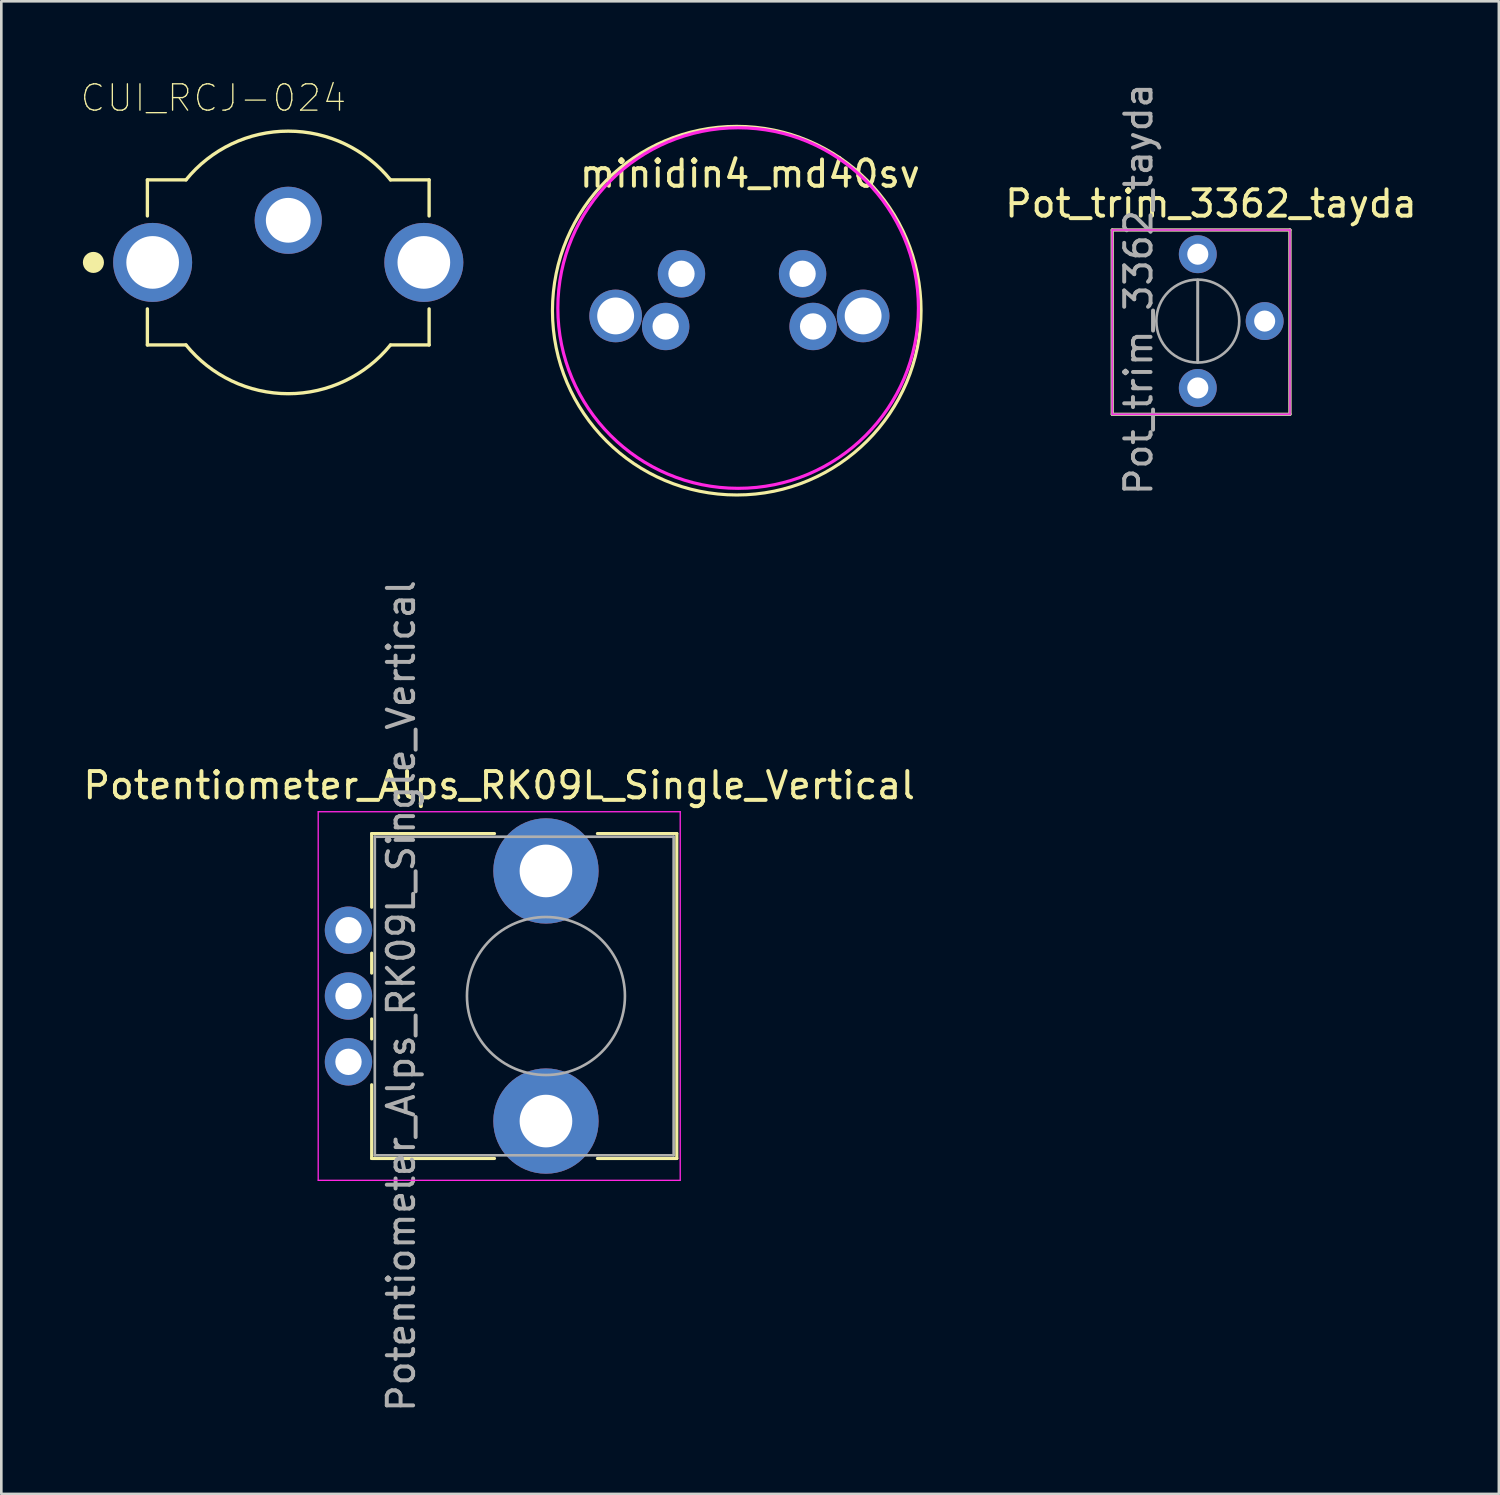
<source format=kicad_pcb>
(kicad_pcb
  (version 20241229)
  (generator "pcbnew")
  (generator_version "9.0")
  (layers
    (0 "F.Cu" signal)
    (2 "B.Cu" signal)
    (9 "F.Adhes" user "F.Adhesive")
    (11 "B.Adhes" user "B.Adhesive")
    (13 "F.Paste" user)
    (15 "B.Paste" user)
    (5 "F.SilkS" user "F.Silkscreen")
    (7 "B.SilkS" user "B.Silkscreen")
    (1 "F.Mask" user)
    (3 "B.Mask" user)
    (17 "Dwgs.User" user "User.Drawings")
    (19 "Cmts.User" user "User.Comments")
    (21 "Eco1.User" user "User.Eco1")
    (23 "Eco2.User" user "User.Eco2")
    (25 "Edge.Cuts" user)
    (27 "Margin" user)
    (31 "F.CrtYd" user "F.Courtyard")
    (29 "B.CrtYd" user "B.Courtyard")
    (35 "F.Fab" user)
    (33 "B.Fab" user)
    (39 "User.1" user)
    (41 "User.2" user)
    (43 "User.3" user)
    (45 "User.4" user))
  (footprint "minidin4_md40sv"
    (layer "F.Cu")
    (at 26.033 0.25)
    (property "Reference" "minidin4_md40sv" (at -0.6 3.3 0) (layer "F.SilkS") (effects (font (size 1 1) (thickness 0.15))))
    (attr through_hole)
    (fp_circle (center -1.1 8.5) (end 5.9 8.5) (stroke (width 0.12) (type solid)) (fill no) (layer "F.SilkS"))
    (fp_circle (center -1.048 8.4) (end 4.952 5.1) (stroke (width 0.12) (type solid)) (fill no) (layer "F.CrtYd"))
    (pad "1" thru_hole circle (at -3.8 9.1) (size 1.8 1.8) (drill 1) (layers "*.Cu" "*.Mask"))
    (pad "2" thru_hole circle (at 1.8 9.1) (size 1.8 1.8) (drill 1) (layers "*.Cu" "*.Mask"))
    (pad "3" thru_hole circle (at -3.2 7.1) (size 1.8 1.8) (drill 1) (layers "*.Cu" "*.Mask"))
    (pad "4" thru_hole circle (at 1.4 7.1) (size 1.8 1.8) (drill 1) (layers "*.Cu" "*.Mask"))
    (pad "nc" thru_hole circle (at -5.7 8.7) (size 2 2) (drill 1.4) (layers "*.Cu" "*.Mask"))
    (pad "nc" thru_hole circle (at 3.7 8.7) (size 2 2) (drill 1.4) (layers "*.Cu" "*.Mask")))
  (footprint "Potentiometer_Alps_RK09L_Single_Vertical"
    (layer "F.Cu")
    (at 10.186 37.28)
    (property "Reference" "Potentiometer_Alps_RK09L_Single_Vertical" (at 5.725 -10.5 0) (layer "F.SilkS") (effects (font (size 1 1) (thickness 0.15))))
    (attr through_hole)
    (fp_line (start 0.88 -8.67) (end 0.88 -5.871) (stroke (width 0.12) (type solid)) (layer "F.SilkS"))
    (fp_line (start 0.88 -8.67) (end 5.546 -8.67) (stroke (width 0.12) (type solid)) (layer "F.SilkS"))
    (fp_line (start 0.88 -4.129) (end 0.88 -3.37) (stroke (width 0.12) (type solid)) (layer "F.SilkS"))
    (fp_line (start 0.88 -1.629) (end 0.88 -0.87) (stroke (width 0.12) (type solid)) (layer "F.SilkS"))
    (fp_line (start 0.88 0.87) (end 0.88 3.67) (stroke (width 0.12) (type solid)) (layer "F.SilkS"))
    (fp_line (start 0.88 3.67) (end 5.546 3.67) (stroke (width 0.12) (type solid)) (layer "F.SilkS"))
    (fp_line (start 9.455 -8.67) (end 12.47 -8.67) (stroke (width 0.12) (type solid)) (layer "F.SilkS"))
    (fp_line (start 9.455 3.67) (end 12.47 3.67) (stroke (width 0.12) (type solid)) (layer "F.SilkS"))
    (fp_line (start 12.47 -8.67) (end 12.47 3.67) (stroke (width 0.12) (type solid)) (layer "F.SilkS"))
    (fp_line (start -1.15 -9.5) (end -1.15 4.5) (stroke (width 0.05) (type solid)) (layer "F.CrtYd"))
    (fp_line (start -1.15 4.5) (end 12.6 4.5) (stroke (width 0.05) (type solid)) (layer "F.CrtYd"))
    (fp_line (start 12.6 -9.5) (end -1.15 -9.5) (stroke (width 0.05) (type solid)) (layer "F.CrtYd"))
    (fp_line (start 12.6 4.5) (end 12.6 -9.5) (stroke (width 0.05) (type solid)) (layer "F.CrtYd"))
    (fp_line (start 1 -8.55) (end 1 3.55) (stroke (width 0.1) (type solid)) (layer "F.Fab"))
    (fp_line (start 1 3.55) (end 12.35 3.55) (stroke (width 0.1) (type solid)) (layer "F.Fab"))
    (fp_line (start 12.35 -8.55) (end 1 -8.55) (stroke (width 0.1) (type solid)) (layer "F.Fab"))
    (fp_line (start 12.35 3.55) (end 12.35 -8.55) (stroke (width 0.1) (type solid)) (layer "F.Fab"))
    (fp_circle (center 7.5 -2.5) (end 10.5 -2.5) (stroke (width 0.1) (type solid)) (fill no) (layer "F.Fab"))
    (fp_text user "${REFERENCE}" (at 2 -2.5 270) (layer "F.Fab") (effects (font (size 1 1) (thickness 0.15))))
    (pad "" np_thru_hole circle (at 7.5 -7.25) (size 4 4) (drill 2) (layers "*.Cu" "*.Mask"))
    (pad "" np_thru_hole circle (at 7.5 2.25) (size 4 4) (drill 2) (layers "*.Cu" "*.Mask"))
    (pad "1" thru_hole circle (at 0 0) (size 1.8 1.8) (drill 1) (layers "*.Cu" "*.Mask"))
    (pad "2" thru_hole circle (at 0 -2.5) (size 1.8 1.8) (drill 1) (layers "*.Cu" "*.Mask"))
    (pad "3" thru_hole circle (at 0 -5) (size 1.8 1.8) (drill 1) (layers "*.Cu" "*.Mask")))
  (footprint "Pot_trim_3362_tayda"
    (layer "F.Cu")
    (at 42.444 11.685)
    (property "Reference" "Pot_trim_3362_tayda" (at 0.5 -7 0) (layer "F.SilkS") (effects (font (size 1 1) (thickness 0.15))))
    (attr through_hole)
    (fp_line (start -3.25 -6) (end -3.25 1) (stroke (width 0.12) (type solid)) (layer "F.SilkS"))
    (fp_line (start -3.25 -6) (end 3.5 -6) (stroke (width 0.12) (type solid)) (layer "F.SilkS"))
    (fp_line (start -3.25 1) (end 3.5 1) (stroke (width 0.12) (type solid)) (layer "F.SilkS"))
    (fp_line (start 3.5 -6) (end 3.5 1) (stroke (width 0.12) (type solid)) (layer "F.SilkS"))
    (fp_line (start -3.25 -6) (end -3.25 1) (stroke (width 0.05) (type solid)) (layer "F.CrtYd"))
    (fp_line (start -3.25 1) (end 3.5 1) (stroke (width 0.05) (type solid)) (layer "F.CrtYd"))
    (fp_line (start 3.5 -6) (end -3.25 -6) (stroke (width 0.05) (type solid)) (layer "F.CrtYd"))
    (fp_line (start 3.5 1) (end 3.5 -6) (stroke (width 0.05) (type solid)) (layer "F.CrtYd"))
    (fp_line (start -3.25 -6) (end -3.25 1) (stroke (width 0.1) (type solid)) (layer "F.Fab"))
    (fp_line (start -3.25 1) (end 3.5 1) (stroke (width 0.1) (type solid)) (layer "F.Fab"))
    (fp_line (start -0.001 -0.98) (end 0 -4.099) (stroke (width 0.1) (type solid)) (layer "F.Fab"))
    (fp_line (start -0.001 -0.98) (end 0 -4.099) (stroke (width 0.1) (type solid)) (layer "F.Fab"))
    (fp_line (start 3.5 -6) (end -3.25 -6) (stroke (width 0.1) (type solid)) (layer "F.Fab"))
    (fp_line (start 3.5 1) (end 3.5 -6) (stroke (width 0.1) (type solid)) (layer "F.Fab"))
    (fp_circle (center 0 -2.54) (end 1.575 -2.54) (stroke (width 0.1) (type solid)) (fill no) (layer "F.Fab"))
    (fp_text user "${REFERENCE}" (at -2.25 -3.75 90) (layer "F.Fab") (effects (font (size 1 1) (thickness 0.15))))
    (pad "1" thru_hole circle (at 0 0) (size 1.44 1.44) (drill 0.8) (layers "*.Cu" "*.Mask"))
    (pad "2" thru_hole circle (at 2.54 -2.54) (size 1.44 1.44) (drill 0.8) (layers "*.Cu" "*.Mask"))
    (pad "3" thru_hole circle (at 0 -5.08) (size 1.44 1.44) (drill 0.8) (layers "*.Cu" "*.Mask")))
  (footprint "CUI_RCJ-024"
    (layer "F.Cu")
    (at 7.898 6.917)
    (property "Reference" "CUI_RCJ-024" (at -2.844 -6.244 0) (layer "F.SilkS") (effects (font (size 1.001 1.001) (thickness 0.05))))
    (attr through_hole)
    (fp_line (start -5.35 -3.135) (end -5.35 -1.765) (stroke (width 0.127) (type solid)) (layer "F.SilkS"))
    (fp_line (start -5.35 1.765) (end -5.35 3.135) (stroke (width 0.127) (type solid)) (layer "F.SilkS"))
    (fp_line (start -3.884 -3.135) (end -5.35 -3.135) (stroke (width 0.127) (type solid)) (layer "F.SilkS"))
    (fp_line (start -3.884 3.135) (end -5.35 3.135) (stroke (width 0.127) (type solid)) (layer "F.SilkS"))
    (fp_line (start 5.35 -3.135) (end 3.884 -3.135) (stroke (width 0.127) (type solid)) (layer "F.SilkS"))
    (fp_line (start 5.35 -3.135) (end 5.35 -1.765) (stroke (width 0.127) (type solid)) (layer "F.SilkS"))
    (fp_line (start 5.35 1.765) (end 5.35 3.135) (stroke (width 0.127) (type solid)) (layer "F.SilkS"))
    (fp_line (start 5.35 3.135) (end 3.884 3.135) (stroke (width 0.127) (type solid)) (layer "F.SilkS"))
    (fp_arc (start -3.882076 -3.137372) (mid 0.001527 -4.986221) (end 3.884 -3.135) (stroke (width 0.127) (type solid)) (layer "F.SilkS"))
    (fp_arc (start 3.882076 3.137372) (mid -0.001527 4.986221) (end -3.884 3.135) (stroke (width 0.127) (type solid)) (layer "F.SilkS"))
    (fp_circle (center -7.4 0) (end -7.2 0) (stroke (width 0.4) (type solid)) (fill no) (layer "F.SilkS"))
    (fp_line (start -6.9 -1.7) (end -6.9 1.75) (stroke (width 0.05) (type solid)) (layer "Eco1.User"))
    (fp_line (start -6.9 1.75) (end -5.6 1.75) (stroke (width 0.05) (type solid)) (layer "Eco1.User"))
    (fp_line (start -5.6 -3.385) (end -5.605 -3.385) (stroke (width 0.05) (type solid)) (layer "Eco1.User"))
    (fp_line (start -5.6 -3.385) (end -5.6 -1.7) (stroke (width 0.05) (type solid)) (layer "Eco1.User"))
    (fp_line (start -5.6 -1.7) (end -6.9 -1.7) (stroke (width 0.05) (type solid)) (layer "Eco1.User"))
    (fp_line (start -5.6 1.75) (end -5.6 3.385) (stroke (width 0.05) (type solid)) (layer "Eco1.User"))
    (fp_line (start -3.903 -3.385) (end -5.6 -3.385) (stroke (width 0.05) (type solid)) (layer "Eco1.User"))
    (fp_line (start -3.901 3.385) (end -5.6 3.385) (stroke (width 0.05) (type solid)) (layer "Eco1.User"))
    (fp_line (start 5.6 -3.385) (end 3.895 -3.385) (stroke (width 0.05) (type solid)) (layer "Eco1.User"))
    (fp_line (start 5.6 -1.75) (end 5.6 -3.385) (stroke (width 0.05) (type solid)) (layer "Eco1.User"))
    (fp_line (start 5.6 -1.75) (end 6.95 -1.75) (stroke (width 0.05) (type solid)) (layer "Eco1.User"))
    (fp_line (start 5.6 3.385) (end 3.904 3.385) (stroke (width 0.05) (type solid)) (layer "Eco1.User"))
    (fp_line (start 5.6 3.385) (end 5.6 1.7) (stroke (width 0.05) (type solid)) (layer "Eco1.User"))
    (fp_line (start 6.95 -1.75) (end 6.95 1.7) (stroke (width 0.05) (type solid)) (layer "Eco1.User"))
    (fp_line (start 6.95 1.7) (end 5.6 1.7) (stroke (width 0.05) (type solid)) (layer "Eco1.User"))
    (fp_arc (start -3.901069 -3.387381) (mid -0.002467 -5.24337) (end 3.895 -3.385) (stroke (width 0.05) (type solid)) (layer "Eco1.User"))
    (fp_arc (start 3.895069 3.387381) (mid -0.003533 5.24337) (end -3.901 3.385) (stroke (width 0.05) (type solid)) (layer "Eco1.User"))
    (fp_line (start -5.35 -3.135) (end -5.35 3.135) (stroke (width 0.127) (type solid)) (layer "Eco2.User"))
    (fp_line (start -3.884 -3.135) (end -5.35 -3.135) (stroke (width 0.127) (type solid)) (layer "Eco2.User"))
    (fp_line (start -3.884 3.135) (end -5.35 3.135) (stroke (width 0.127) (type solid)) (layer "Eco2.User"))
    (fp_line (start 5.35 -3.135) (end 3.884 -3.135) (stroke (width 0.127) (type solid)) (layer "Eco2.User"))
    (fp_line (start 5.35 3.135) (end 3.884 3.135) (stroke (width 0.127) (type solid)) (layer "Eco2.User"))
    (fp_line (start 5.35 3.135) (end 5.35 -3.135) (stroke (width 0.127) (type solid)) (layer "Eco2.User"))
    (fp_arc (start -3.882076 -3.137372) (mid 0.001527 -4.986221) (end 3.884 -3.135) (stroke (width 0.127) (type solid)) (layer "Eco2.User"))
    (fp_arc (start 3.882076 3.137372) (mid -0.001527 4.986221) (end -3.884 3.135) (stroke (width 0.127) (type solid)) (layer "Eco2.User"))
    (pad "1" thru_hole circle (at -5.15 0) (size 3 3) (drill 2) (layers "*.Cu" "*.Mask"))
    (pad "1" thru_hole circle (at 5.15 0) (size 3 3) (drill 2) (layers "*.Cu" "*.Mask"))
    (pad "2" thru_hole circle (at 0 -1.6) (size 2.55 2.55) (drill 1.7) (layers "*.Cu" "*.Mask")))
  (gr_rect
    (start -3 -3)
    (end 53.879 53.69)
    (stroke (width 0.1) (type default))
    (fill no)
    (layer "Edge.Cuts")))
</source>
